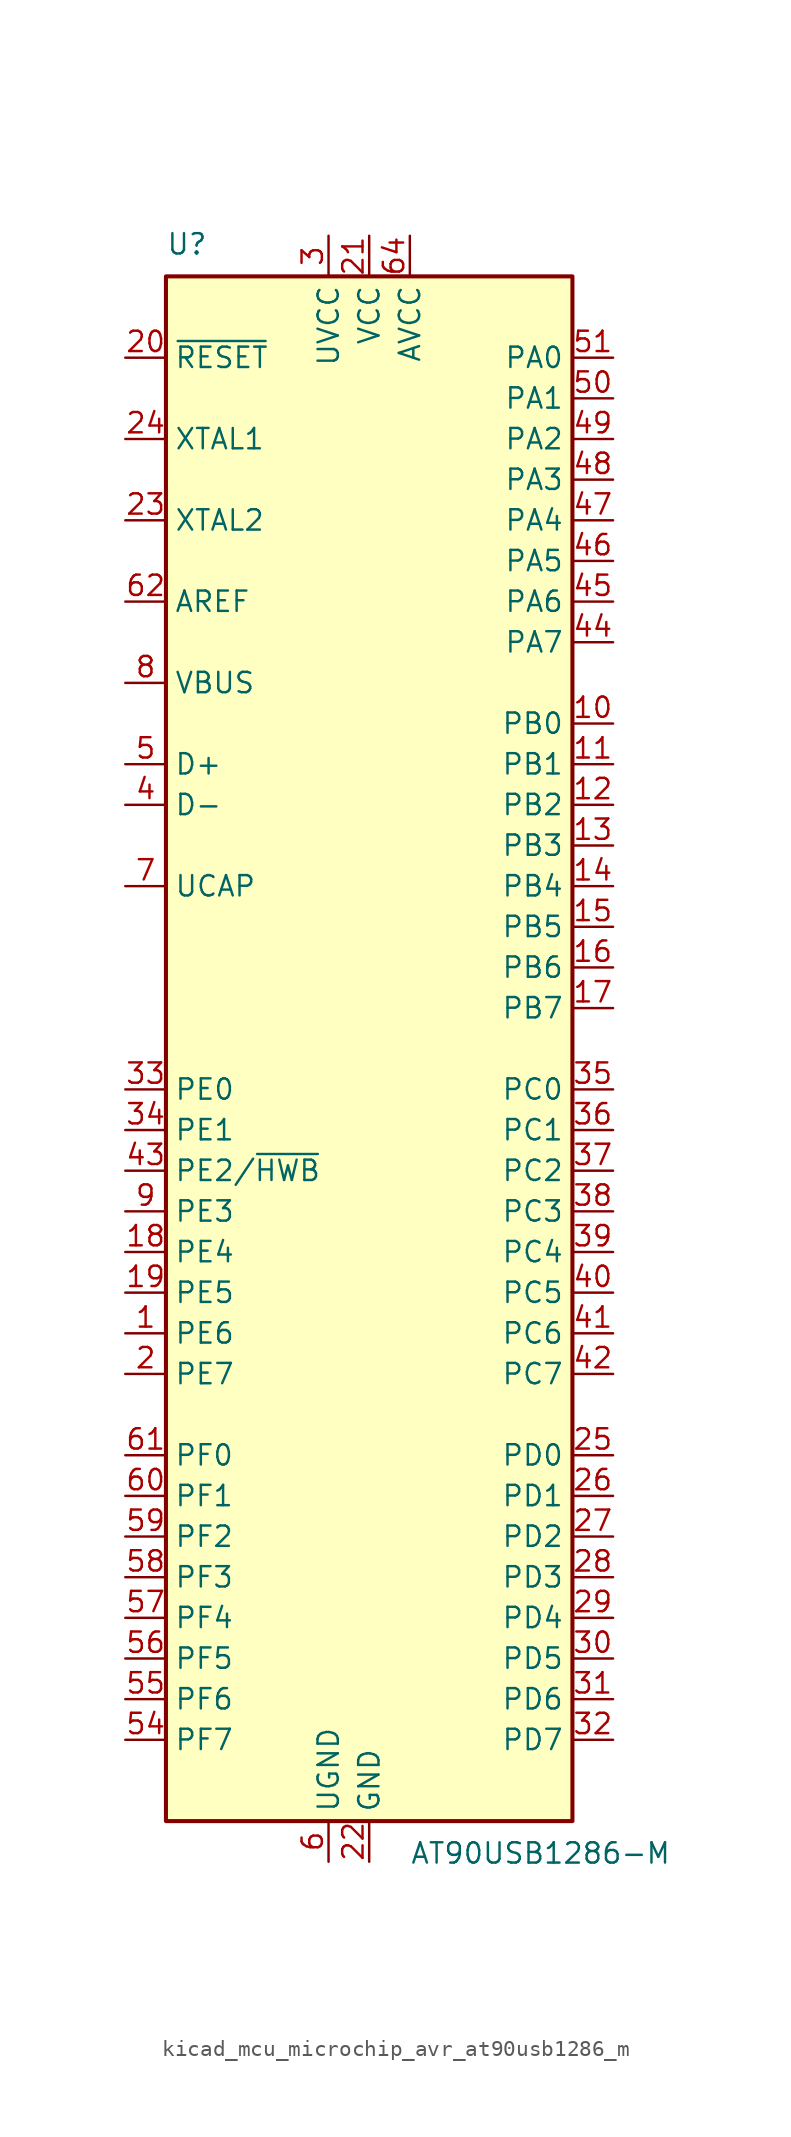
<source format=kicad_sym>
(kicad_symbol_lib
  (version 20220914)
  (generator kicad_symbol_editor)
  (symbol "kicad_mcu_microchip_avr_at90usb1286_m"
    (property "Reference" "U"
      (at -12.7 49.53 0)
      (effects (font (size 1.27 1.27)) (justify left bottom)))
    (property "Value" "AT90USB1286-M"
      (at 2.54 -49.53 0)
      (effects (font (size 1.27 1.27)) (justify left top)))
    (symbol "kicad_mcu_microchip_avr_at90usb1286_m_0_1"
      (rectangle (start -12.7 -48.26) (end 12.7 48.26) (stroke (width 0.254) (type default)) (fill (type background))))
    (symbol "kicad_mcu_microchip_avr_at90usb1286_m_1_1"
      (pin bidirectional line (at -15.24 -17.78 0) (length 2.54) (name "PE6" (effects (font (size 1.27 1.27)))) (number "1" (effects (font (size 1.27 1.27)))))
      (pin bidirectional line (at 15.24 20.32 180) (length 2.54) (name "PB0" (effects (font (size 1.27 1.27)))) (number "10" (effects (font (size 1.27 1.27)))))
      (pin bidirectional line (at 15.24 17.78 180) (length 2.54) (name "PB1" (effects (font (size 1.27 1.27)))) (number "11" (effects (font (size 1.27 1.27)))))
      (pin bidirectional line (at 15.24 15.24 180) (length 2.54) (name "PB2" (effects (font (size 1.27 1.27)))) (number "12" (effects (font (size 1.27 1.27)))))
      (pin bidirectional line (at 15.24 12.7 180) (length 2.54) (name "PB3" (effects (font (size 1.27 1.27)))) (number "13" (effects (font (size 1.27 1.27)))))
      (pin bidirectional line (at 15.24 10.16 180) (length 2.54) (name "PB4" (effects (font (size 1.27 1.27)))) (number "14" (effects (font (size 1.27 1.27)))))
      (pin bidirectional line (at 15.24 7.62 180) (length 2.54) (name "PB5" (effects (font (size 1.27 1.27)))) (number "15" (effects (font (size 1.27 1.27)))))
      (pin bidirectional line (at 15.24 5.08 180) (length 2.54) (name "PB6" (effects (font (size 1.27 1.27)))) (number "16" (effects (font (size 1.27 1.27)))))
      (pin bidirectional line (at 15.24 2.54 180) (length 2.54) (name "PB7" (effects (font (size 1.27 1.27)))) (number "17" (effects (font (size 1.27 1.27)))))
      (pin bidirectional line (at -15.24 -12.7 0) (length 2.54) (name "PE4" (effects (font (size 1.27 1.27)))) (number "18" (effects (font (size 1.27 1.27)))))
      (pin bidirectional line (at -15.24 -15.24 0) (length 2.54) (name "PE5" (effects (font (size 1.27 1.27)))) (number "19" (effects (font (size 1.27 1.27)))))
      (pin bidirectional line (at -15.24 -20.32 0) (length 2.54) (name "PE7" (effects (font (size 1.27 1.27)))) (number "2" (effects (font (size 1.27 1.27)))))
      (pin input line (at -15.24 43.18 0) (length 2.54) (name "~{RESET}" (effects (font (size 1.27 1.27)))) (number "20" (effects (font (size 1.27 1.27)))))
      (pin power_in line (at 0 50.8 270) (length 2.54) (name "VCC" (effects (font (size 1.27 1.27)))) (number "21" (effects (font (size 1.27 1.27)))))
      (pin power_in line (at 0 -50.8 90) (length 2.54) (name "GND" (effects (font (size 1.27 1.27)))) (number "22" (effects (font (size 1.27 1.27)))))
      (pin output line (at -15.24 33.02 0) (length 2.54) (name "XTAL2" (effects (font (size 1.27 1.27)))) (number "23" (effects (font (size 1.27 1.27)))))
      (pin input line (at -15.24 38.1 0) (length 2.54) (name "XTAL1" (effects (font (size 1.27 1.27)))) (number "24" (effects (font (size 1.27 1.27)))))
      (pin bidirectional line (at 15.24 -25.4 180) (length 2.54) (name "PD0" (effects (font (size 1.27 1.27)))) (number "25" (effects (font (size 1.27 1.27)))))
      (pin bidirectional line (at 15.24 -27.94 180) (length 2.54) (name "PD1" (effects (font (size 1.27 1.27)))) (number "26" (effects (font (size 1.27 1.27)))))
      (pin bidirectional line (at 15.24 -30.48 180) (length 2.54) (name "PD2" (effects (font (size 1.27 1.27)))) (number "27" (effects (font (size 1.27 1.27)))))
      (pin bidirectional line (at 15.24 -33.02 180) (length 2.54) (name "PD3" (effects (font (size 1.27 1.27)))) (number "28" (effects (font (size 1.27 1.27)))))
      (pin bidirectional line (at 15.24 -35.56 180) (length 2.54) (name "PD4" (effects (font (size 1.27 1.27)))) (number "29" (effects (font (size 1.27 1.27)))))
      (pin power_in line (at -2.54 50.8 270) (length 2.54) (name "UVCC" (effects (font (size 1.27 1.27)))) (number "3" (effects (font (size 1.27 1.27)))))
      (pin bidirectional line (at 15.24 -38.1 180) (length 2.54) (name "PD5" (effects (font (size 1.27 1.27)))) (number "30" (effects (font (size 1.27 1.27)))))
      (pin bidirectional line (at 15.24 -40.64 180) (length 2.54) (name "PD6" (effects (font (size 1.27 1.27)))) (number "31" (effects (font (size 1.27 1.27)))))
      (pin bidirectional line (at 15.24 -43.18 180) (length 2.54) (name "PD7" (effects (font (size 1.27 1.27)))) (number "32" (effects (font (size 1.27 1.27)))))
      (pin bidirectional line (at -15.24 -2.54 0) (length 2.54) (name "PE0" (effects (font (size 1.27 1.27)))) (number "33" (effects (font (size 1.27 1.27)))))
      (pin bidirectional line (at -15.24 -5.08 0) (length 2.54) (name "PE1" (effects (font (size 1.27 1.27)))) (number "34" (effects (font (size 1.27 1.27)))))
      (pin bidirectional line (at 15.24 -2.54 180) (length 2.54) (name "PC0" (effects (font (size 1.27 1.27)))) (number "35" (effects (font (size 1.27 1.27)))))
      (pin bidirectional line (at 15.24 -5.08 180) (length 2.54) (name "PC1" (effects (font (size 1.27 1.27)))) (number "36" (effects (font (size 1.27 1.27)))))
      (pin bidirectional line (at 15.24 -7.62 180) (length 2.54) (name "PC2" (effects (font (size 1.27 1.27)))) (number "37" (effects (font (size 1.27 1.27)))))
      (pin bidirectional line (at 15.24 -10.16 180) (length 2.54) (name "PC3" (effects (font (size 1.27 1.27)))) (number "38" (effects (font (size 1.27 1.27)))))
      (pin bidirectional line (at 15.24 -12.7 180) (length 2.54) (name "PC4" (effects (font (size 1.27 1.27)))) (number "39" (effects (font (size 1.27 1.27)))))
      (pin bidirectional line (at -15.24 15.24 0) (length 2.54) (name "D-" (effects (font (size 1.27 1.27)))) (number "4" (effects (font (size 1.27 1.27)))))
      (pin bidirectional line (at 15.24 -15.24 180) (length 2.54) (name "PC5" (effects (font (size 1.27 1.27)))) (number "40" (effects (font (size 1.27 1.27)))))
      (pin bidirectional line (at 15.24 -17.78 180) (length 2.54) (name "PC6" (effects (font (size 1.27 1.27)))) (number "41" (effects (font (size 1.27 1.27)))))
      (pin bidirectional line (at 15.24 -20.32 180) (length 2.54) (name "PC7" (effects (font (size 1.27 1.27)))) (number "42" (effects (font (size 1.27 1.27)))))
      (pin bidirectional line (at -15.24 -7.62 0) (length 2.54) (name "PE2/~{HWB}" (effects (font (size 1.27 1.27)))) (number "43" (effects (font (size 1.27 1.27)))))
      (pin bidirectional line (at 15.24 25.4 180) (length 2.54) (name "PA7" (effects (font (size 1.27 1.27)))) (number "44" (effects (font (size 1.27 1.27)))))
      (pin bidirectional line (at 15.24 27.94 180) (length 2.54) (name "PA6" (effects (font (size 1.27 1.27)))) (number "45" (effects (font (size 1.27 1.27)))))
      (pin bidirectional line (at 15.24 30.48 180) (length 2.54) (name "PA5" (effects (font (size 1.27 1.27)))) (number "46" (effects (font (size 1.27 1.27)))))
      (pin bidirectional line (at 15.24 33.02 180) (length 2.54) (name "PA4" (effects (font (size 1.27 1.27)))) (number "47" (effects (font (size 1.27 1.27)))))
      (pin bidirectional line (at 15.24 35.56 180) (length 2.54) (name "PA3" (effects (font (size 1.27 1.27)))) (number "48" (effects (font (size 1.27 1.27)))))
      (pin bidirectional line (at 15.24 38.1 180) (length 2.54) (name "PA2" (effects (font (size 1.27 1.27)))) (number "49" (effects (font (size 1.27 1.27)))))
      (pin bidirectional line (at -15.24 17.78 0) (length 2.54) (name "D+" (effects (font (size 1.27 1.27)))) (number "5" (effects (font (size 1.27 1.27)))))
      (pin bidirectional line (at 15.24 40.64 180) (length 2.54) (name "PA1" (effects (font (size 1.27 1.27)))) (number "50" (effects (font (size 1.27 1.27)))))
      (pin bidirectional line (at 15.24 43.18 180) (length 2.54) (name "PA0" (effects (font (size 1.27 1.27)))) (number "51" (effects (font (size 1.27 1.27)))))
      (pin passive line (at 0 50.8 270) (length 2.54) hide (name "VCC" (effects (font (size 1.27 1.27)))) (number "52" (effects (font (size 1.27 1.27)))))
      (pin passive line (at 0 -50.8 90) (length 2.54) hide (name "GND" (effects (font (size 1.27 1.27)))) (number "53" (effects (font (size 1.27 1.27)))))
      (pin bidirectional line (at -15.24 -43.18 0) (length 2.54) (name "PF7" (effects (font (size 1.27 1.27)))) (number "54" (effects (font (size 1.27 1.27)))))
      (pin bidirectional line (at -15.24 -40.64 0) (length 2.54) (name "PF6" (effects (font (size 1.27 1.27)))) (number "55" (effects (font (size 1.27 1.27)))))
      (pin bidirectional line (at -15.24 -38.1 0) (length 2.54) (name "PF5" (effects (font (size 1.27 1.27)))) (number "56" (effects (font (size 1.27 1.27)))))
      (pin bidirectional line (at -15.24 -35.56 0) (length 2.54) (name "PF4" (effects (font (size 1.27 1.27)))) (number "57" (effects (font (size 1.27 1.27)))))
      (pin bidirectional line (at -15.24 -33.02 0) (length 2.54) (name "PF3" (effects (font (size 1.27 1.27)))) (number "58" (effects (font (size 1.27 1.27)))))
      (pin bidirectional line (at -15.24 -30.48 0) (length 2.54) (name "PF2" (effects (font (size 1.27 1.27)))) (number "59" (effects (font (size 1.27 1.27)))))
      (pin power_in line (at -2.54 -50.8 90) (length 2.54) (name "UGND" (effects (font (size 1.27 1.27)))) (number "6" (effects (font (size 1.27 1.27)))))
      (pin bidirectional line (at -15.24 -27.94 0) (length 2.54) (name "PF1" (effects (font (size 1.27 1.27)))) (number "60" (effects (font (size 1.27 1.27)))))
      (pin bidirectional line (at -15.24 -25.4 0) (length 2.54) (name "PF0" (effects (font (size 1.27 1.27)))) (number "61" (effects (font (size 1.27 1.27)))))
      (pin passive line (at -15.24 27.94 0) (length 2.54) (name "AREF" (effects (font (size 1.27 1.27)))) (number "62" (effects (font (size 1.27 1.27)))))
      (pin passive line (at 0 -50.8 90) (length 2.54) hide (name "GND" (effects (font (size 1.27 1.27)))) (number "63" (effects (font (size 1.27 1.27)))))
      (pin power_in line (at 2.54 50.8 270) (length 2.54) (name "AVCC" (effects (font (size 1.27 1.27)))) (number "64" (effects (font (size 1.27 1.27)))))
      (pin passive line (at 0 -50.8 90) (length 2.54) hide (name "GND" (effects (font (size 1.27 1.27)))) (number "65" (effects (font (size 1.27 1.27)))))
      (pin passive line (at -15.24 10.16 0) (length 2.54) (name "UCAP" (effects (font (size 1.27 1.27)))) (number "7" (effects (font (size 1.27 1.27)))))
      (pin input line (at -15.24 22.86 0) (length 2.54) (name "VBUS" (effects (font (size 1.27 1.27)))) (number "8" (effects (font (size 1.27 1.27)))))
      (pin bidirectional line (at -15.24 -10.16 0) (length 2.54) (name "PE3" (effects (font (size 1.27 1.27)))) (number "9" (effects (font (size 1.27 1.27))))))))
</source>
